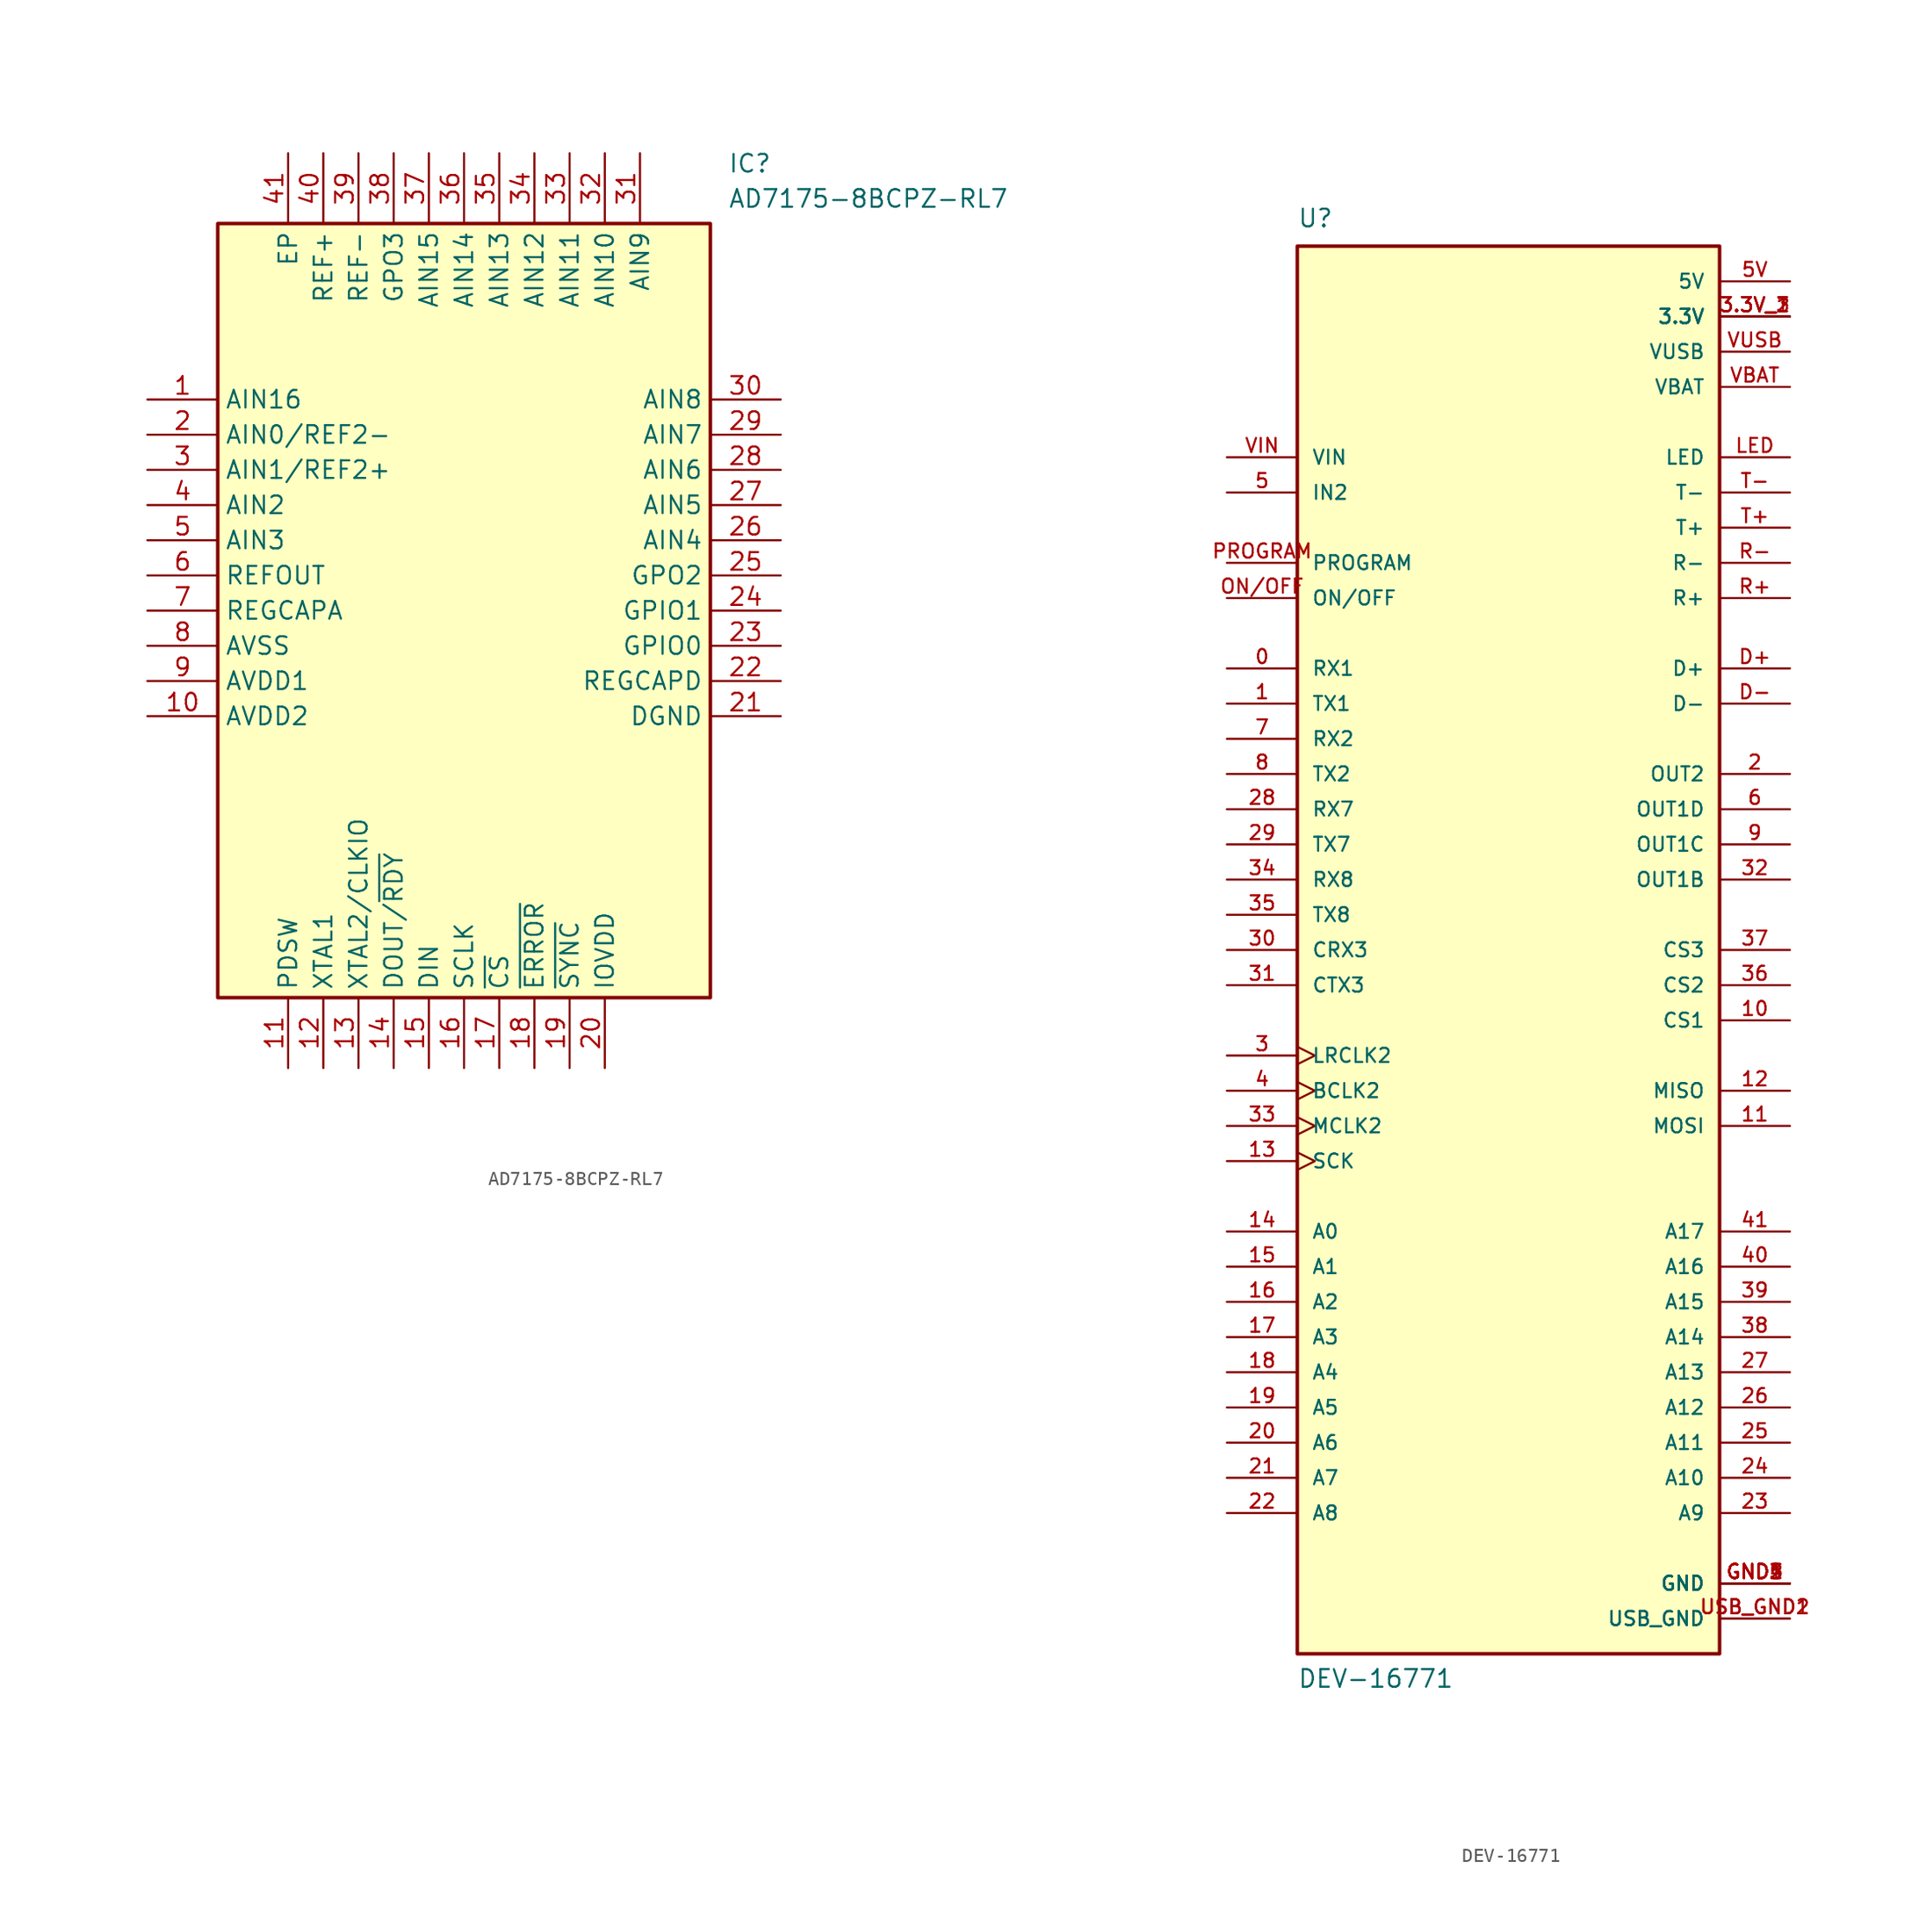
<source format=kicad_sym>
(kicad_symbol_lib
  (version 20241209)
  (generator "kicad_symbol_editor")
  (generator_version "9.0")
  (symbol "AD7175-8BCPZ-RL7"
    (property "Reference" "IC"
      (at 41.91 17.78 0)
      (effects (font (size 1.27 1.27)) (justify left top)))
    (property "Value" "AD7175-8BCPZ-RL7"
      (at 41.91 15.24 0)
      (effects (font (size 1.27 1.27)) (justify left top)))
    (symbol "AD7175-8BCPZ-RL7_1_1"
      (rectangle (start 5.08 12.7) (end 40.64 -43.18) (stroke (width 0.254) (type default)) (fill (type background)))
      (pin passive line (at 0 0 0) (length 5.08) (name "AIN16" (effects (font (size 1.27 1.27)))) (number "1" (effects (font (size 1.27 1.27)))))
      (pin passive line (at 0 -2.54 0) (length 5.08) (name "AIN0/REF2-" (effects (font (size 1.27 1.27)))) (number "2" (effects (font (size 1.27 1.27)))))
      (pin passive line (at 0 -5.08 0) (length 5.08) (name "AIN1/REF2+" (effects (font (size 1.27 1.27)))) (number "3" (effects (font (size 1.27 1.27)))))
      (pin passive line (at 0 -7.62 0) (length 5.08) (name "AIN2" (effects (font (size 1.27 1.27)))) (number "4" (effects (font (size 1.27 1.27)))))
      (pin passive line (at 0 -10.16 0) (length 5.08) (name "AIN3" (effects (font (size 1.27 1.27)))) (number "5" (effects (font (size 1.27 1.27)))))
      (pin passive line (at 0 -12.7 0) (length 5.08) (name "REFOUT" (effects (font (size 1.27 1.27)))) (number "6" (effects (font (size 1.27 1.27)))))
      (pin passive line (at 0 -15.24 0) (length 5.08) (name "REGCAPA" (effects (font (size 1.27 1.27)))) (number "7" (effects (font (size 1.27 1.27)))))
      (pin passive line (at 0 -17.78 0) (length 5.08) (name "AVSS" (effects (font (size 1.27 1.27)))) (number "8" (effects (font (size 1.27 1.27)))))
      (pin passive line (at 0 -20.32 0) (length 5.08) (name "AVDD1" (effects (font (size 1.27 1.27)))) (number "9" (effects (font (size 1.27 1.27)))))
      (pin passive line (at 0 -22.86 0) (length 5.08) (name "AVDD2" (effects (font (size 1.27 1.27)))) (number "10" (effects (font (size 1.27 1.27)))))
      (pin passive line (at 10.16 17.78 270) (length 5.08) (name "EP" (effects (font (size 1.27 1.27)))) (number "41" (effects (font (size 1.27 1.27)))))
      (pin passive line (at 10.16 -48.26 90) (length 5.08) (name "PDSW" (effects (font (size 1.27 1.27)))) (number "11" (effects (font (size 1.27 1.27)))))
      (pin passive line (at 12.7 17.78 270) (length 5.08) (name "REF+" (effects (font (size 1.27 1.27)))) (number "40" (effects (font (size 1.27 1.27)))))
      (pin passive line (at 12.7 -48.26 90) (length 5.08) (name "XTAL1" (effects (font (size 1.27 1.27)))) (number "12" (effects (font (size 1.27 1.27)))))
      (pin passive line (at 15.24 17.78 270) (length 5.08) (name "REF-" (effects (font (size 1.27 1.27)))) (number "39" (effects (font (size 1.27 1.27)))))
      (pin passive line (at 15.24 -48.26 90) (length 5.08) (name "XTAL2/CLKIO" (effects (font (size 1.27 1.27)))) (number "13" (effects (font (size 1.27 1.27)))))
      (pin passive line (at 17.78 17.78 270) (length 5.08) (name "GPO3" (effects (font (size 1.27 1.27)))) (number "38" (effects (font (size 1.27 1.27)))))
      (pin passive line (at 17.78 -48.26 90) (length 5.08) (name "DOUT/~{RDY}" (effects (font (size 1.27 1.27)))) (number "14" (effects (font (size 1.27 1.27)))))
      (pin passive line (at 20.32 17.78 270) (length 5.08) (name "AIN15" (effects (font (size 1.27 1.27)))) (number "37" (effects (font (size 1.27 1.27)))))
      (pin passive line (at 20.32 -48.26 90) (length 5.08) (name "DIN" (effects (font (size 1.27 1.27)))) (number "15" (effects (font (size 1.27 1.27)))))
      (pin passive line (at 22.86 17.78 270) (length 5.08) (name "AIN14" (effects (font (size 1.27 1.27)))) (number "36" (effects (font (size 1.27 1.27)))))
      (pin passive line (at 22.86 -48.26 90) (length 5.08) (name "SCLK" (effects (font (size 1.27 1.27)))) (number "16" (effects (font (size 1.27 1.27)))))
      (pin passive line (at 25.4 17.78 270) (length 5.08) (name "AIN13" (effects (font (size 1.27 1.27)))) (number "35" (effects (font (size 1.27 1.27)))))
      (pin passive line (at 25.4 -48.26 90) (length 5.08) (name "~{CS}" (effects (font (size 1.27 1.27)))) (number "17" (effects (font (size 1.27 1.27)))))
      (pin passive line (at 27.94 17.78 270) (length 5.08) (name "AIN12" (effects (font (size 1.27 1.27)))) (number "34" (effects (font (size 1.27 1.27)))))
      (pin passive line (at 27.94 -48.26 90) (length 5.08) (name "~{ERROR}" (effects (font (size 1.27 1.27)))) (number "18" (effects (font (size 1.27 1.27)))))
      (pin passive line (at 30.48 17.78 270) (length 5.08) (name "AIN11" (effects (font (size 1.27 1.27)))) (number "33" (effects (font (size 1.27 1.27)))))
      (pin passive line (at 30.48 -48.26 90) (length 5.08) (name "~{SYNC}" (effects (font (size 1.27 1.27)))) (number "19" (effects (font (size 1.27 1.27)))))
      (pin passive line (at 33.02 17.78 270) (length 5.08) (name "AIN10" (effects (font (size 1.27 1.27)))) (number "32" (effects (font (size 1.27 1.27)))))
      (pin passive line (at 33.02 -48.26 90) (length 5.08) (name "IOVDD" (effects (font (size 1.27 1.27)))) (number "20" (effects (font (size 1.27 1.27)))))
      (pin passive line (at 35.56 17.78 270) (length 5.08) (name "AIN9" (effects (font (size 1.27 1.27)))) (number "31" (effects (font (size 1.27 1.27)))))
      (pin passive line (at 45.72 0 180) (length 5.08) (name "AIN8" (effects (font (size 1.27 1.27)))) (number "30" (effects (font (size 1.27 1.27)))))
      (pin passive line (at 45.72 -2.54 180) (length 5.08) (name "AIN7" (effects (font (size 1.27 1.27)))) (number "29" (effects (font (size 1.27 1.27)))))
      (pin passive line (at 45.72 -5.08 180) (length 5.08) (name "AIN6" (effects (font (size 1.27 1.27)))) (number "28" (effects (font (size 1.27 1.27)))))
      (pin passive line (at 45.72 -7.62 180) (length 5.08) (name "AIN5" (effects (font (size 1.27 1.27)))) (number "27" (effects (font (size 1.27 1.27)))))
      (pin passive line (at 45.72 -10.16 180) (length 5.08) (name "AIN4" (effects (font (size 1.27 1.27)))) (number "26" (effects (font (size 1.27 1.27)))))
      (pin passive line (at 45.72 -12.7 180) (length 5.08) (name "GPO2" (effects (font (size 1.27 1.27)))) (number "25" (effects (font (size 1.27 1.27)))))
      (pin passive line (at 45.72 -15.24 180) (length 5.08) (name "GPIO1" (effects (font (size 1.27 1.27)))) (number "24" (effects (font (size 1.27 1.27)))))
      (pin passive line (at 45.72 -17.78 180) (length 5.08) (name "GPIO0" (effects (font (size 1.27 1.27)))) (number "23" (effects (font (size 1.27 1.27)))))
      (pin passive line (at 45.72 -20.32 180) (length 5.08) (name "REGCAPD" (effects (font (size 1.27 1.27)))) (number "22" (effects (font (size 1.27 1.27)))))
      (pin passive line (at 45.72 -22.86 180) (length 5.08) (name "DGND" (effects (font (size 1.27 1.27)))) (number "21" (effects (font (size 1.27 1.27)))))))
  (symbol "DEV-16771"
    (pin_names
      (offset 1.016))
    (property "Reference" "U"
      (at -15.24 52.07 0)
      (effects (font (size 1.27 1.27)) (justify left bottom)))
    (property "Value" "DEV-16771"
      (at -15.24 -53.34 0)
      (effects (font (size 1.27 1.27)) (justify left bottom)))
    (symbol "DEV-16771_0_0"
      (rectangle (start -15.24 -50.8) (end 15.24 50.8) (stroke (width 0.254) (type default)) (fill (type background)))
      (pin input line (at -20.32 35.56 0) (length 5.08) (name "VIN" (effects (font (size 1.016 1.016)))) (number "VIN" (effects (font (size 1.016 1.016)))))
      (pin bidirectional line (at -20.32 33.02 0) (length 5.08) (name "IN2" (effects (font (size 1.016 1.016)))) (number "5" (effects (font (size 1.016 1.016)))))
      (pin bidirectional line (at -20.32 27.94 0) (length 5.08) (name "PROGRAM" (effects (font (size 1.016 1.016)))) (number "PROGRAM" (effects (font (size 1.016 1.016)))))
      (pin bidirectional line (at -20.32 25.4 0) (length 5.08) (name "ON/OFF" (effects (font (size 1.016 1.016)))) (number "ON/OFF" (effects (font (size 1.016 1.016)))))
      (pin bidirectional line (at -20.32 20.32 0) (length 5.08) (name "RX1" (effects (font (size 1.016 1.016)))) (number "0" (effects (font (size 1.016 1.016)))))
      (pin bidirectional line (at -20.32 17.78 0) (length 5.08) (name "TX1" (effects (font (size 1.016 1.016)))) (number "1" (effects (font (size 1.016 1.016)))))
      (pin bidirectional line (at -20.32 15.24 0) (length 5.08) (name "RX2" (effects (font (size 1.016 1.016)))) (number "7" (effects (font (size 1.016 1.016)))))
      (pin bidirectional line (at -20.32 12.7 0) (length 5.08) (name "TX2" (effects (font (size 1.016 1.016)))) (number "8" (effects (font (size 1.016 1.016)))))
      (pin bidirectional line (at -20.32 10.16 0) (length 5.08) (name "RX7" (effects (font (size 1.016 1.016)))) (number "28" (effects (font (size 1.016 1.016)))))
      (pin bidirectional line (at -20.32 7.62 0) (length 5.08) (name "TX7" (effects (font (size 1.016 1.016)))) (number "29" (effects (font (size 1.016 1.016)))))
      (pin bidirectional line (at -20.32 5.08 0) (length 5.08) (name "RX8" (effects (font (size 1.016 1.016)))) (number "34" (effects (font (size 1.016 1.016)))))
      (pin bidirectional line (at -20.32 2.54 0) (length 5.08) (name "TX8" (effects (font (size 1.016 1.016)))) (number "35" (effects (font (size 1.016 1.016)))))
      (pin bidirectional line (at -20.32 0 0) (length 5.08) (name "CRX3" (effects (font (size 1.016 1.016)))) (number "30" (effects (font (size 1.016 1.016)))))
      (pin bidirectional line (at -20.32 -2.54 0) (length 5.08) (name "CTX3" (effects (font (size 1.016 1.016)))) (number "31" (effects (font (size 1.016 1.016)))))
      (pin bidirectional clock (at -20.32 -7.62 0) (length 5.08) (name "LRCLK2" (effects (font (size 1.016 1.016)))) (number "3" (effects (font (size 1.016 1.016)))))
      (pin bidirectional clock (at -20.32 -10.16 0) (length 5.08) (name "BCLK2" (effects (font (size 1.016 1.016)))) (number "4" (effects (font (size 1.016 1.016)))))
      (pin bidirectional clock (at -20.32 -12.7 0) (length 5.08) (name "MCLK2" (effects (font (size 1.016 1.016)))) (number "33" (effects (font (size 1.016 1.016)))))
      (pin bidirectional clock (at -20.32 -15.24 0) (length 5.08) (name "SCK" (effects (font (size 1.016 1.016)))) (number "13" (effects (font (size 1.016 1.016)))))
      (pin bidirectional line (at -20.32 -20.32 0) (length 5.08) (name "A0" (effects (font (size 1.016 1.016)))) (number "14" (effects (font (size 1.016 1.016)))))
      (pin bidirectional line (at -20.32 -22.86 0) (length 5.08) (name "A1" (effects (font (size 1.016 1.016)))) (number "15" (effects (font (size 1.016 1.016)))))
      (pin bidirectional line (at -20.32 -25.4 0) (length 5.08) (name "A2" (effects (font (size 1.016 1.016)))) (number "16" (effects (font (size 1.016 1.016)))))
      (pin bidirectional line (at -20.32 -27.94 0) (length 5.08) (name "A3" (effects (font (size 1.016 1.016)))) (number "17" (effects (font (size 1.016 1.016)))))
      (pin bidirectional line (at -20.32 -30.48 0) (length 5.08) (name "A4" (effects (font (size 1.016 1.016)))) (number "18" (effects (font (size 1.016 1.016)))))
      (pin bidirectional line (at -20.32 -33.02 0) (length 5.08) (name "A5" (effects (font (size 1.016 1.016)))) (number "19" (effects (font (size 1.016 1.016)))))
      (pin bidirectional line (at -20.32 -35.56 0) (length 5.08) (name "A6" (effects (font (size 1.016 1.016)))) (number "20" (effects (font (size 1.016 1.016)))))
      (pin bidirectional line (at -20.32 -38.1 0) (length 5.08) (name "A7" (effects (font (size 1.016 1.016)))) (number "21" (effects (font (size 1.016 1.016)))))
      (pin bidirectional line (at -20.32 -40.64 0) (length 5.08) (name "A8" (effects (font (size 1.016 1.016)))) (number "22" (effects (font (size 1.016 1.016)))))
      (pin power_in line (at 20.32 48.26 180) (length 5.08) (name "5V" (effects (font (size 1.016 1.016)))) (number "5V" (effects (font (size 1.016 1.016)))))
      (pin power_in line (at 20.32 45.72 180) (length 5.08) (name "3.3V" (effects (font (size 1.016 1.016)))) (number "3.3V_1" (effects (font (size 1.016 1.016)))))
      (pin power_in line (at 20.32 45.72 180) (length 5.08) (name "3.3V" (effects (font (size 1.016 1.016)))) (number "3.3V_2" (effects (font (size 1.016 1.016)))))
      (pin power_in line (at 20.32 45.72 180) (length 5.08) (name "3.3V" (effects (font (size 1.016 1.016)))) (number "3.3V_3" (effects (font (size 1.016 1.016)))))
      (pin passive line (at 20.32 43.18 180) (length 5.08) (name "VUSB" (effects (font (size 1.016 1.016)))) (number "VUSB" (effects (font (size 1.016 1.016)))))
      (pin passive line (at 20.32 40.64 180) (length 5.08) (name "VBAT" (effects (font (size 1.016 1.016)))) (number "VBAT" (effects (font (size 1.016 1.016)))))
      (pin bidirectional line (at 20.32 35.56 180) (length 5.08) (name "LED" (effects (font (size 1.016 1.016)))) (number "LED" (effects (font (size 1.016 1.016)))))
      (pin bidirectional line (at 20.32 33.02 180) (length 5.08) (name "T-" (effects (font (size 1.016 1.016)))) (number "T-" (effects (font (size 1.016 1.016)))))
      (pin bidirectional line (at 20.32 30.48 180) (length 5.08) (name "T+" (effects (font (size 1.016 1.016)))) (number "T+" (effects (font (size 1.016 1.016)))))
      (pin bidirectional line (at 20.32 27.94 180) (length 5.08) (name "R-" (effects (font (size 1.016 1.016)))) (number "R-" (effects (font (size 1.016 1.016)))))
      (pin bidirectional line (at 20.32 25.4 180) (length 5.08) (name "R+" (effects (font (size 1.016 1.016)))) (number "R+" (effects (font (size 1.016 1.016)))))
      (pin bidirectional line (at 20.32 20.32 180) (length 5.08) (name "D+" (effects (font (size 1.016 1.016)))) (number "D+" (effects (font (size 1.016 1.016)))))
      (pin bidirectional line (at 20.32 17.78 180) (length 5.08) (name "D-" (effects (font (size 1.016 1.016)))) (number "D-" (effects (font (size 1.016 1.016)))))
      (pin output line (at 20.32 12.7 180) (length 5.08) (name "OUT2" (effects (font (size 1.016 1.016)))) (number "2" (effects (font (size 1.016 1.016)))))
      (pin output line (at 20.32 10.16 180) (length 5.08) (name "OUT1D" (effects (font (size 1.016 1.016)))) (number "6" (effects (font (size 1.016 1.016)))))
      (pin output line (at 20.32 7.62 180) (length 5.08) (name "OUT1C" (effects (font (size 1.016 1.016)))) (number "9" (effects (font (size 1.016 1.016)))))
      (pin output line (at 20.32 5.08 180) (length 5.08) (name "OUT1B" (effects (font (size 1.016 1.016)))) (number "32" (effects (font (size 1.016 1.016)))))
      (pin bidirectional line (at 20.32 0 180) (length 5.08) (name "CS3" (effects (font (size 1.016 1.016)))) (number "37" (effects (font (size 1.016 1.016)))))
      (pin bidirectional line (at 20.32 -2.54 180) (length 5.08) (name "CS2" (effects (font (size 1.016 1.016)))) (number "36" (effects (font (size 1.016 1.016)))))
      (pin bidirectional line (at 20.32 -5.08 180) (length 5.08) (name "CS1" (effects (font (size 1.016 1.016)))) (number "10" (effects (font (size 1.016 1.016)))))
      (pin bidirectional line (at 20.32 -10.16 180) (length 5.08) (name "MISO" (effects (font (size 1.016 1.016)))) (number "12" (effects (font (size 1.016 1.016)))))
      (pin bidirectional line (at 20.32 -12.7 180) (length 5.08) (name "MOSI" (effects (font (size 1.016 1.016)))) (number "11" (effects (font (size 1.016 1.016)))))
      (pin bidirectional line (at 20.32 -20.32 180) (length 5.08) (name "A17" (effects (font (size 1.016 1.016)))) (number "41" (effects (font (size 1.016 1.016)))))
      (pin bidirectional line (at 20.32 -22.86 180) (length 5.08) (name "A16" (effects (font (size 1.016 1.016)))) (number "40" (effects (font (size 1.016 1.016)))))
      (pin bidirectional line (at 20.32 -25.4 180) (length 5.08) (name "A15" (effects (font (size 1.016 1.016)))) (number "39" (effects (font (size 1.016 1.016)))))
      (pin bidirectional line (at 20.32 -27.94 180) (length 5.08) (name "A14" (effects (font (size 1.016 1.016)))) (number "38" (effects (font (size 1.016 1.016)))))
      (pin bidirectional line (at 20.32 -30.48 180) (length 5.08) (name "A13" (effects (font (size 1.016 1.016)))) (number "27" (effects (font (size 1.016 1.016)))))
      (pin bidirectional line (at 20.32 -33.02 180) (length 5.08) (name "A12" (effects (font (size 1.016 1.016)))) (number "26" (effects (font (size 1.016 1.016)))))
      (pin bidirectional line (at 20.32 -35.56 180) (length 5.08) (name "A11" (effects (font (size 1.016 1.016)))) (number "25" (effects (font (size 1.016 1.016)))))
      (pin bidirectional line (at 20.32 -38.1 180) (length 5.08) (name "A10" (effects (font (size 1.016 1.016)))) (number "24" (effects (font (size 1.016 1.016)))))
      (pin bidirectional line (at 20.32 -40.64 180) (length 5.08) (name "A9" (effects (font (size 1.016 1.016)))) (number "23" (effects (font (size 1.016 1.016)))))
      (pin power_in line (at 20.32 -45.72 180) (length 5.08) (name "GND" (effects (font (size 1.016 1.016)))) (number "GND1" (effects (font (size 1.016 1.016)))))
      (pin power_in line (at 20.32 -45.72 180) (length 5.08) (name "GND" (effects (font (size 1.016 1.016)))) (number "GND2" (effects (font (size 1.016 1.016)))))
      (pin power_in line (at 20.32 -45.72 180) (length 5.08) (name "GND" (effects (font (size 1.016 1.016)))) (number "GND3" (effects (font (size 1.016 1.016)))))
      (pin power_in line (at 20.32 -45.72 180) (length 5.08) (name "GND" (effects (font (size 1.016 1.016)))) (number "GND4" (effects (font (size 1.016 1.016)))))
      (pin power_in line (at 20.32 -45.72 180) (length 5.08) (name "GND" (effects (font (size 1.016 1.016)))) (number "GND5" (effects (font (size 1.016 1.016)))))
      (pin power_in line (at 20.32 -48.26 180) (length 5.08) (name "USB_GND" (effects (font (size 1.016 1.016)))) (number "USB_GND1" (effects (font (size 1.016 1.016)))))
      (pin power_in line (at 20.32 -48.26 180) (length 5.08) (name "USB_GND" (effects (font (size 1.016 1.016)))) (number "USB_GND2" (effects (font (size 1.016 1.016))))))))
</source>
